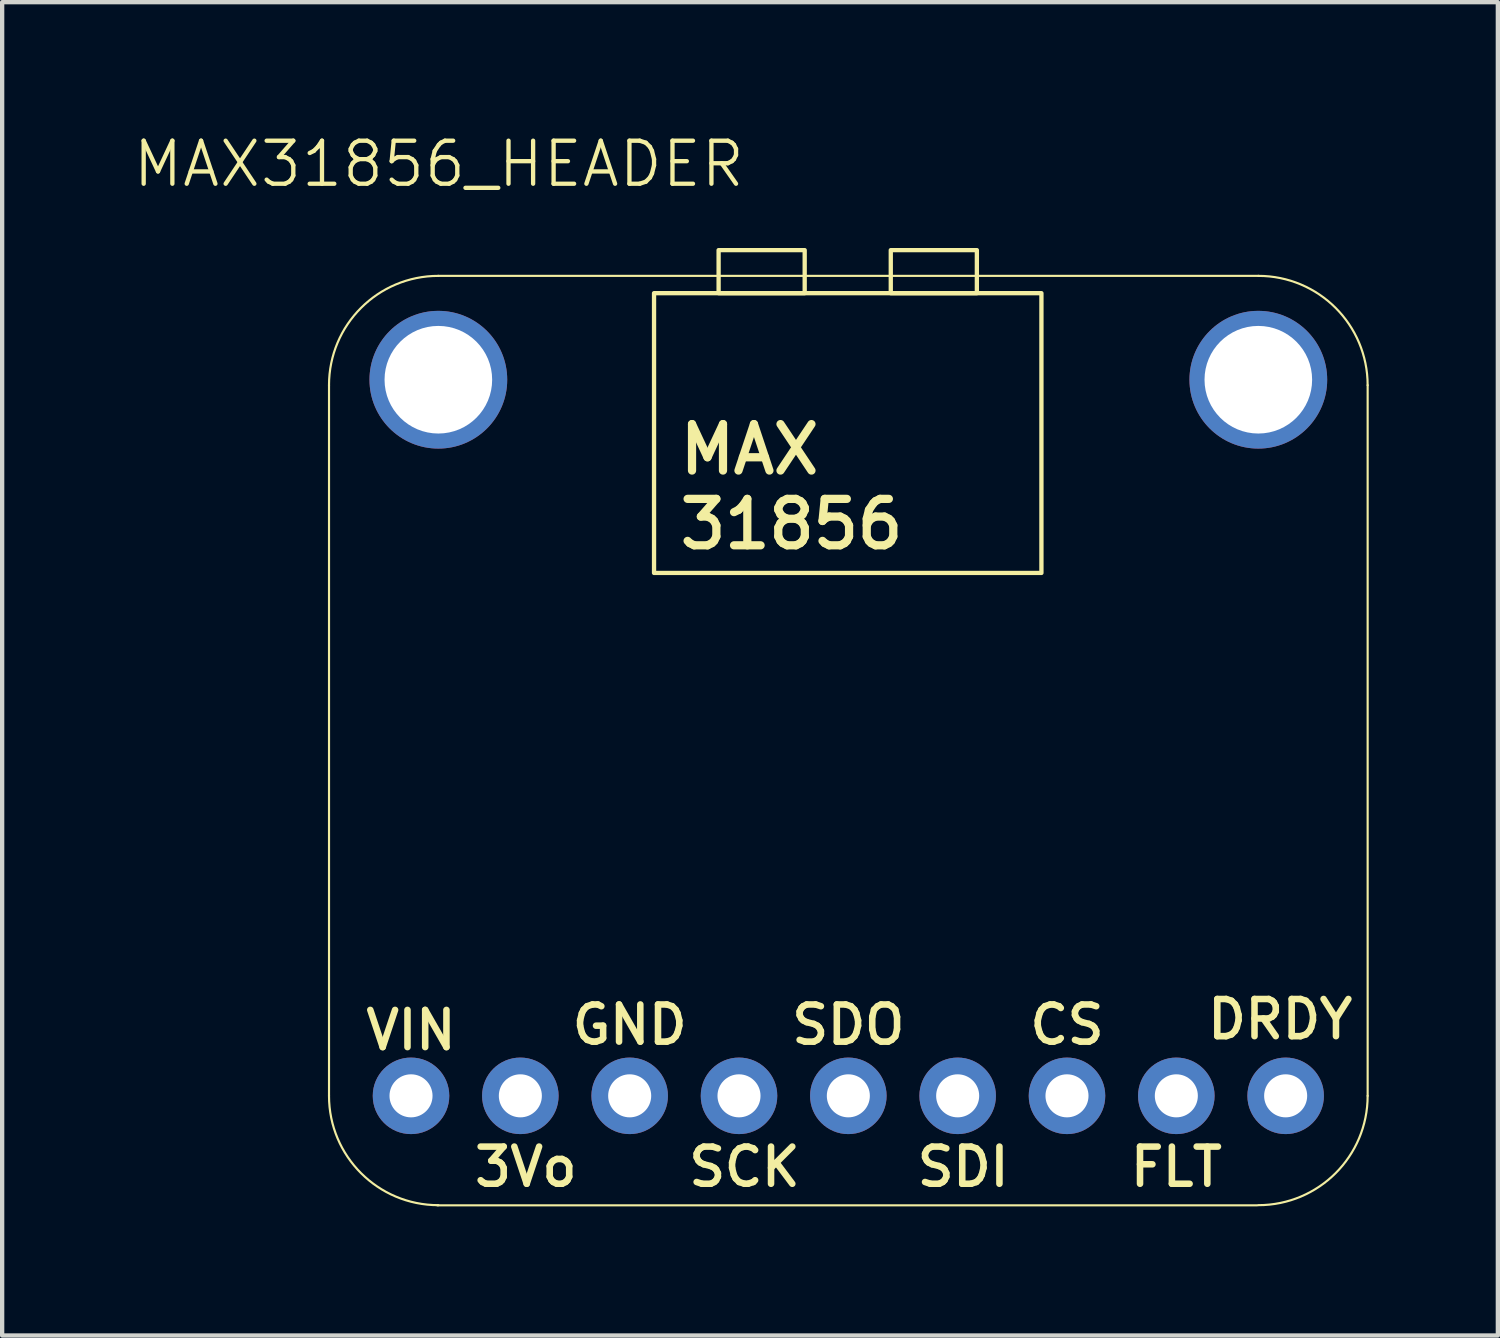
<source format=kicad_pcb>
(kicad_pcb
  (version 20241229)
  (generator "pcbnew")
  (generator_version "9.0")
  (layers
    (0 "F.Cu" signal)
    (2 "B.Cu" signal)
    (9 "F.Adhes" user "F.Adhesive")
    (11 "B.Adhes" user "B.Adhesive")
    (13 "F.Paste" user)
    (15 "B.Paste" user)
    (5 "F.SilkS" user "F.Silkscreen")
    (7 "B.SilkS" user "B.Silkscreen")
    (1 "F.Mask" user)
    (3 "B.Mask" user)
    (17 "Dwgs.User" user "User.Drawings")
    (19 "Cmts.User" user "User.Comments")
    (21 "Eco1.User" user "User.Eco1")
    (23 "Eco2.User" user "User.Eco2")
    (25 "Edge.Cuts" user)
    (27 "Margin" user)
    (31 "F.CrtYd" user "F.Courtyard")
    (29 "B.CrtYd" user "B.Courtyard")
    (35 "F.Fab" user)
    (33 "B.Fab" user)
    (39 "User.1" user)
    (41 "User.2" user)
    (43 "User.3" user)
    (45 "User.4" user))
  (footprint "MAX31856_HEADER"
    (layer "F.Cu")
    (at 7.145 5.761)
    (property "Reference" "MAX31856_HEADER" (at 0 -5 0) (unlocked yes) (layer "F.SilkS") (effects (font (size 1 1) (thickness 0.1))))
    (attr through_hole)
    (fp_line (start -2.551 16.648) (end -2.551 0.138) (stroke (width 0.05) (type solid)) (layer "F.SilkS"))
    (fp_line (start -0.011 -2.402) (end 19.039 -2.402) (stroke (width 0.05) (type solid)) (layer "F.SilkS"))
    (fp_line (start 19.013 19.192) (end -0.037 19.192) (stroke (width 0.05) (type solid)) (layer "F.SilkS"))
    (fp_line (start 21.579 0.138) (end 21.579 16.648) (stroke (width 0.05) (type solid)) (layer "F.SilkS"))
    (fp_rect (start 5 -2) (end 14 4.5) (stroke (width 0.1) (type default)) (fill no) (layer "F.SilkS"))
    (fp_rect (start 6.5 -3) (end 8.5 -2) (stroke (width 0.1) (type default)) (fill no) (layer "F.SilkS"))
    (fp_rect (start 10.5 -3) (end 12.5 -2) (stroke (width 0.1) (type default)) (fill no) (layer "F.SilkS"))
    (fp_arc (start -2.551314 0.138314) (mid -1.807365 -1.657737) (end -0.011314 -2.401686) (stroke (width 0.05) (type solid)) (layer "F.SilkS"))
    (fp_arc (start -0.011314 19.188314) (mid -1.807365 18.444365) (end -2.551314 16.648314) (stroke (width 0.05) (type solid)) (layer "F.SilkS"))
    (fp_arc (start 19.038686 -2.401686) (mid 20.834741 -1.657741) (end 21.578686 0.138314) (stroke (width 0.05) (type solid)) (layer "F.SilkS"))
    (fp_arc (start 21.578686 16.648314) (mid 20.834736 18.444361) (end 19.038686 19.188314) (stroke (width 0.05) (type solid)) (layer "F.SilkS"))
    (fp_text user "SDO" (at 9.514 14.997 0) (unlocked yes) (layer "F.SilkS") (effects (font (size 0.864 0.864) (thickness 0.152))))
    (fp_text user "MAX\n31856" (at 5.5 4 0) (unlocked yes) (layer "F.SilkS") (effects (font (size 1.079 1.079) (thickness 0.191)) (justify left bottom)))
    (fp_text user "3Vo" (at 2.021 18.299 0) (unlocked yes) (layer "F.SilkS") (effects (font (size 0.864 0.864) (thickness 0.152))))
    (fp_text user "FLT" (at 17.134 18.299 0) (unlocked yes) (layer "F.SilkS") (effects (font (size 0.864 0.864) (thickness 0.152))))
    (fp_text user "GND" (at 4.434 14.997 0) (unlocked yes) (layer "F.SilkS") (effects (font (size 0.864 0.864) (thickness 0.152))))
    (fp_text user "CS" (at 14.594 14.997 0) (unlocked yes) (layer "F.SilkS") (effects (font (size 0.864 0.864) (thickness 0.152))))
    (fp_text user "SCK" (at 7.101 18.299 0) (unlocked yes) (layer "F.SilkS") (effects (font (size 0.864 0.864) (thickness 0.152))))
    (fp_text user "VIN" (at -0.646 15.124 0) (unlocked yes) (layer "F.SilkS") (effects (font (size 0.864 0.864) (thickness 0.152))))
    (fp_text user "SDI" (at 12.181 18.299 0) (unlocked yes) (layer "F.SilkS") (effects (font (size 0.864 0.864) (thickness 0.152))))
    (fp_text user "DRDY" (at 19.547 14.87 0) (unlocked yes) (layer "F.SilkS") (effects (font (size 0.864 0.864) (thickness 0.152))))
    (pad "1" thru_hole circle (at 19.674 16.648 270) (size 1.778 1.778) (drill 1) (layers "*.Cu" "*.Mask"))
    (pad "2" thru_hole circle (at 17.134 16.648 270) (size 1.778 1.778) (drill 1) (layers "*.Cu" "*.Mask"))
    (pad "3" thru_hole circle (at 14.594 16.648 270) (size 1.778 1.778) (drill 1) (layers "*.Cu" "*.Mask"))
    (pad "4" thru_hole circle (at 12.054 16.648 270) (size 1.778 1.778) (drill 1) (layers "*.Cu" "*.Mask"))
    (pad "5" thru_hole circle (at 9.514 16.648 270) (size 1.778 1.778) (drill 1) (layers "*.Cu" "*.Mask"))
    (pad "6" thru_hole circle (at 6.974 16.648 270) (size 1.778 1.778) (drill 1) (layers "*.Cu" "*.Mask"))
    (pad "7" thru_hole circle (at 4.434 16.648 270) (size 1.778 1.778) (drill 1) (layers "*.Cu" "*.Mask"))
    (pad "8" thru_hole circle (at 1.894 16.648 270) (size 1.778 1.778) (drill 1) (layers "*.Cu" "*.Mask"))
    (pad "9" thru_hole circle (at -0.646 16.648 270) (size 1.778 1.778) (drill 1) (layers "*.Cu" "*.Mask"))
    (pad "P$1" thru_hole circle (at -0.011 0.011) (size 3.2 3.2) (drill 2.5) (layers "*.Cu" "*.Mask"))
    (pad "P$1" thru_hole circle (at 19.039 0.011) (size 3.2 3.2) (drill 2.5) (layers "*.Cu" "*.Mask"))
    (zone (net_name "") (layer "F.Cu") (hatch edge 0.5) (connect_pads) (min_thickness 0.25) (filled_areas_thickness no) (keepout (tracks not_allowed) (vias not_allowed) (pads not_allowed) (copperpour not_allowed) (footprints allowed)) (placement (enabled no)) (fill) (polygon (pts (xy 9.15 5.772) (xy 9.13 5.491) (xy 9.072 5.216) (xy 8.976 4.952) (xy 8.87 4.753) (xy 8.739 4.507) (xy 8.483 4.274) (xy 8.261 4.1) (xy 8.018 3.96) (xy 7.757 3.854) (xy 7.484 3.786) (xy 7.204 3.757) (xy 6.923 3.767) (xy 6.646 3.816) (xy 6.379 3.903) (xy 6.126 4.026) (xy 5.893 4.183) (xy 5.684 4.371) (xy 5.503 4.587) (xy 5.354 4.825) (xy 5.24 5.082) (xy 5.162 5.353) (xy 5.123 5.631) (xy 5.123 5.912) (xy 5.162 6.191) (xy 5.24 6.461) (xy 5.354 6.718) (xy 5.503 6.957) (xy 5.684 7.172) (xy 5.893 7.36) (xy 6.126 7.518) (xy 6.379 7.641) (xy 6.646 7.728) (xy 6.923 7.777) (xy 7.204 7.787) (xy 7.484 7.757) (xy 7.757 7.689) (xy 8.018 7.584) (xy 8.261 7.443) (xy 8.483 7.27) (xy 8.678 7.068) (xy 8.844 6.84) (xy 8.976 6.592) (xy 9.072 6.327) (xy 9.13 6.052))) (polygon (pts (xy 7.118 5.772) (xy 7.123 5.783) (xy 7.134 5.788) (xy 7.145 5.783) (xy 7.15 5.772) (xy 7.145 5.761) (xy 7.134 5.756) (xy 7.123 5.761))))
    (zone (net_name "") (layer "F.Cu") (hatch edge 0.5) (connect_pads) (min_thickness 0.25) (filled_areas_thickness no) (keepout (tracks not_allowed) (vias not_allowed) (pads not_allowed) (copperpour not_allowed) (footprints allowed)) (placement (enabled no)) (fill) (polygon (pts (xy 28.2 5.772) (xy 28.18 5.491) (xy 28.122 5.216) (xy 28.026 4.952) (xy 27.894 4.703) (xy 27.728 4.476) (xy 27.533 4.274) (xy 27.311 4.1) (xy 27.068 3.96) (xy 26.807 3.854) (xy 26.534 3.786) (xy 26.254 3.757) (xy 25.973 3.767) (xy 25.696 3.816) (xy 25.429 3.903) (xy 25.176 4.026) (xy 24.943 4.183) (xy 24.734 4.371) (xy 24.553 4.587) (xy 24.404 4.825) (xy 24.29 5.082) (xy 24.212 5.353) (xy 24.173 5.631) (xy 24.173 5.912) (xy 24.212 6.191) (xy 24.29 6.461) (xy 24.404 6.718) (xy 24.553 6.957) (xy 24.734 7.172) (xy 24.943 7.36) (xy 25.176 7.518) (xy 25.429 7.641) (xy 25.696 7.728) (xy 25.973 7.777) (xy 26.254 7.787) (xy 26.534 7.757) (xy 26.807 7.689) (xy 27.068 7.584) (xy 27.311 7.443) (xy 27.533 7.27) (xy 27.728 7.068) (xy 27.894 6.84) (xy 28.026 6.592) (xy 28.122 6.327) (xy 28.18 6.052))) (polygon (pts (xy 26.168 5.772) (xy 26.173 5.783) (xy 26.184 5.788) (xy 26.195 5.783) (xy 26.2 5.772) (xy 26.195 5.761) (xy 26.184 5.756) (xy 26.173 5.761))))
    (zone (net_name "") (layer "B.Cu") (hatch edge 0.5) (connect_pads) (min_thickness 0.25) (filled_areas_thickness no) (keepout (tracks not_allowed) (vias not_allowed) (pads not_allowed) (copperpour not_allowed) (footprints allowed)) (placement (enabled no)) (fill) (polygon (pts (xy 9.15 5.772) (xy 9.13 5.491) (xy 9.072 5.216) (xy 8.976 4.952) (xy 8.844 4.703) (xy 8.678 4.476) (xy 8.483 4.274) (xy 8.261 4.1) (xy 8.018 3.96) (xy 7.757 3.854) (xy 7.484 3.786) (xy 7.204 3.757) (xy 6.923 3.767) (xy 6.646 3.816) (xy 6.379 3.903) (xy 6.126 4.026) (xy 5.893 4.183) (xy 5.684 4.371) (xy 5.503 4.587) (xy 5.354 4.825) (xy 5.24 5.082) (xy 5.162 5.353) (xy 5.123 5.631) (xy 5.123 5.912) (xy 5.162 6.191) (xy 5.24 6.461) (xy 5.354 6.718) (xy 5.503 6.957) (xy 5.684 7.172) (xy 5.893 7.36) (xy 6.126 7.518) (xy 6.379 7.641) (xy 6.646 7.728) (xy 6.923 7.777) (xy 7.204 7.787) (xy 7.484 7.757) (xy 7.757 7.689) (xy 8.018 7.584) (xy 8.261 7.443) (xy 8.483 7.27) (xy 8.678 7.068) (xy 8.844 6.84) (xy 8.976 6.592) (xy 9.072 6.327) (xy 9.13 6.052))) (polygon (pts (xy 7.118 5.772) (xy 7.123 5.783) (xy 7.134 5.788) (xy 7.145 5.783) (xy 7.15 5.772) (xy 7.145 5.761) (xy 7.134 5.756) (xy 7.123 5.761))))
    (zone (net_name "") (layer "B.Cu") (hatch edge 0.5) (connect_pads) (min_thickness 0.25) (filled_areas_thickness no) (keepout (tracks not_allowed) (vias not_allowed) (pads not_allowed) (copperpour not_allowed) (footprints allowed)) (placement (enabled no)) (fill) (polygon (pts (xy 28.2 5.772) (xy 28.18 5.491) (xy 28.122 5.216) (xy 28.026 4.952) (xy 27.894 4.703) (xy 27.728 4.476) (xy 27.533 4.274) (xy 27.311 4.1) (xy 27.068 3.96) (xy 26.807 3.854) (xy 26.534 3.786) (xy 26.254 3.757) (xy 25.973 3.767) (xy 25.696 3.816) (xy 25.429 3.903) (xy 25.176 4.026) (xy 24.943 4.183) (xy 24.734 4.371) (xy 24.553 4.587) (xy 24.404 4.825) (xy 24.29 5.082) (xy 24.212 5.353) (xy 24.173 5.631) (xy 24.173 5.912) (xy 24.212 6.191) (xy 24.29 6.461) (xy 24.404 6.718) (xy 24.553 6.957) (xy 24.734 7.172) (xy 24.943 7.36) (xy 25.176 7.518) (xy 25.429 7.641) (xy 25.696 7.728) (xy 25.973 7.777) (xy 26.254 7.787) (xy 26.534 7.757) (xy 26.807 7.689) (xy 27.068 7.584) (xy 27.311 7.443) (xy 27.533 7.27) (xy 27.728 7.068) (xy 27.894 6.84) (xy 28.026 6.592) (xy 28.122 6.327) (xy 28.18 6.052))) (polygon (pts (xy 26.168 5.772) (xy 26.173 5.783) (xy 26.184 5.788) (xy 26.195 5.783) (xy 26.2 5.772) (xy 26.195 5.761) (xy 26.184 5.756) (xy 26.173 5.761)))))
  (gr_rect
    (start -3 -3)
    (end 31.749 27.977)
    (stroke (width 0.1) (type default))
    (fill no)
    (layer "Edge.Cuts")))
</source>
